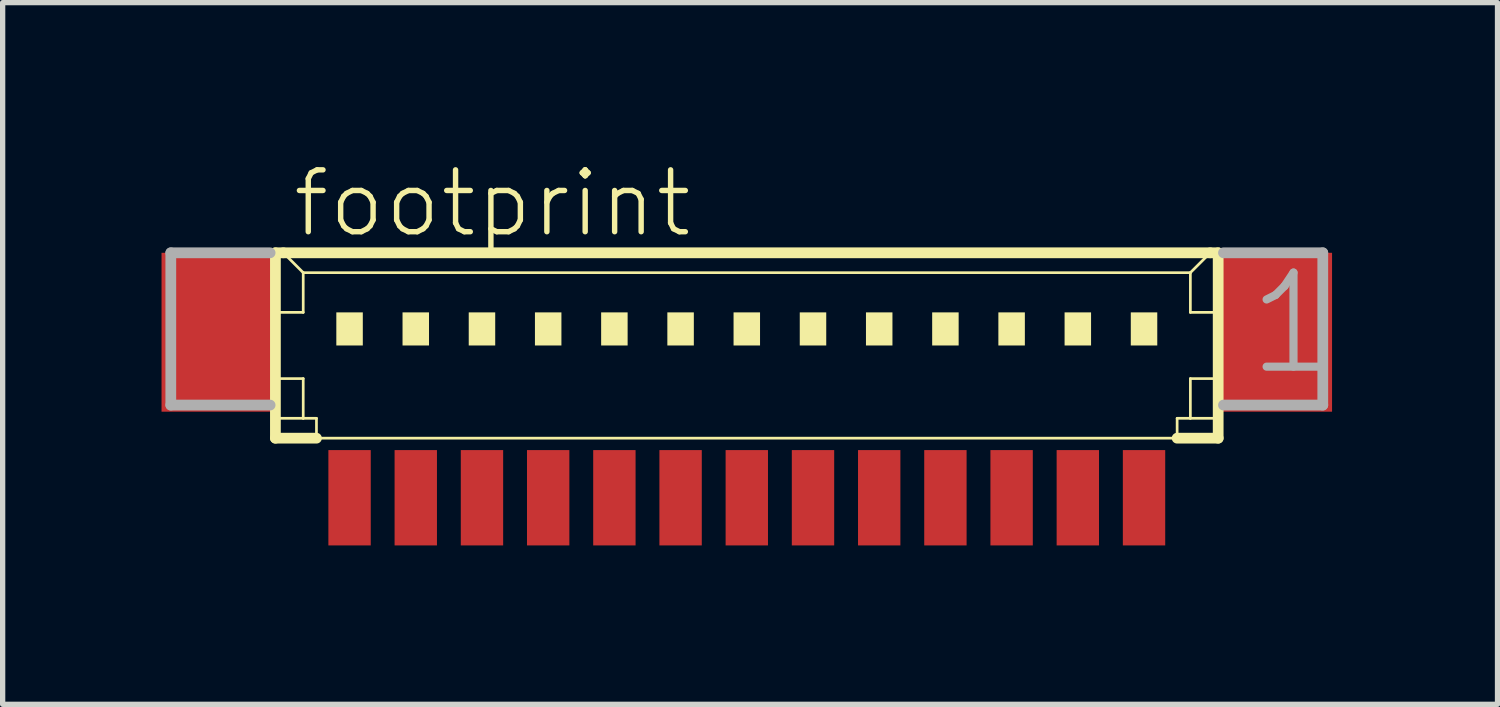
<source format=kicad_pcb>
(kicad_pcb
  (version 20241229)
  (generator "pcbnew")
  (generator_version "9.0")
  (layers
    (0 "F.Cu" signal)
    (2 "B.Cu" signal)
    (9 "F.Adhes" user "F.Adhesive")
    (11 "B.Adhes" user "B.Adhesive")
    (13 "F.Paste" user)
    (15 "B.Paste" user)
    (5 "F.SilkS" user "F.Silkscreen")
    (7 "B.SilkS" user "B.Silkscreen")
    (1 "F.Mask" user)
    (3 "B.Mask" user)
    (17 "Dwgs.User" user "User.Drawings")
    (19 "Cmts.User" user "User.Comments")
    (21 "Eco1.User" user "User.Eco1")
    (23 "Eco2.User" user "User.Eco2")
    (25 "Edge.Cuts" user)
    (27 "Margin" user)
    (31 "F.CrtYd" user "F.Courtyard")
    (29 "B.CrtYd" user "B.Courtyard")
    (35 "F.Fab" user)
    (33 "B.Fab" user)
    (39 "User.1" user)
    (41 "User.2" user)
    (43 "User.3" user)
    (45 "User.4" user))
  (footprint "footprint"
    (layer "F.Cu")
    (at 11.05 3.848)
    (property "Reference" "footprint" (at -8.625 -2.375 0) (layer "F.SilkS") (effects (font (size 1.168 1.168) (thickness 0.102)) (justify left bottom)))
    (fp_line (start -8.9 -2.125) (end -8.9 1.375) (stroke (width 0.203) (type solid)) (layer "F.SilkS"))
    (fp_line (start -8.9 1.375) (end -8.125 1.375) (stroke (width 0.203) (type solid)) (layer "F.SilkS"))
    (fp_line (start -8.875 -1) (end -8.375 -1) (stroke (width 0.051) (type solid)) (layer "F.SilkS"))
    (fp_line (start -8.875 0.25) (end -8.375 0.25) (stroke (width 0.051) (type solid)) (layer "F.SilkS"))
    (fp_line (start -8.875 1) (end -8.375 1) (stroke (width 0.051) (type solid)) (layer "F.SilkS"))
    (fp_line (start -8.75 -2.125) (end -8.9 -2.125) (stroke (width 0.203) (type solid)) (layer "F.SilkS"))
    (fp_line (start -8.375 -1.75) (end -8.75 -2.125) (stroke (width 0.051) (type solid)) (layer "F.SilkS"))
    (fp_line (start -8.375 -1.75) (end 8.375 -1.75) (stroke (width 0.051) (type solid)) (layer "F.SilkS"))
    (fp_line (start -8.375 -1) (end -8.375 -1.75) (stroke (width 0.051) (type solid)) (layer "F.SilkS"))
    (fp_line (start -8.375 0.25) (end -8.375 1) (stroke (width 0.051) (type solid)) (layer "F.SilkS"))
    (fp_line (start -8.375 1) (end -8.125 1) (stroke (width 0.051) (type solid)) (layer "F.SilkS"))
    (fp_line (start -8.125 1) (end -8.125 1.375) (stroke (width 0.051) (type solid)) (layer "F.SilkS"))
    (fp_line (start -8.125 1.375) (end 8.125 1.375) (stroke (width 0.051) (type solid)) (layer "F.SilkS"))
    (fp_line (start 8.125 1) (end 8.125 1.375) (stroke (width 0.051) (type solid)) (layer "F.SilkS"))
    (fp_line (start 8.125 1) (end 8.375 1) (stroke (width 0.051) (type solid)) (layer "F.SilkS"))
    (fp_line (start 8.125 1.375) (end 8.9 1.375) (stroke (width 0.203) (type solid)) (layer "F.SilkS"))
    (fp_line (start 8.375 -1.75) (end 8.375 -1) (stroke (width 0.051) (type solid)) (layer "F.SilkS"))
    (fp_line (start 8.375 -1.75) (end 8.75 -2.125) (stroke (width 0.051) (type solid)) (layer "F.SilkS"))
    (fp_line (start 8.375 -1) (end 8.875 -1) (stroke (width 0.051) (type solid)) (layer "F.SilkS"))
    (fp_line (start 8.375 0.25) (end 8.375 1) (stroke (width 0.051) (type solid)) (layer "F.SilkS"))
    (fp_line (start 8.375 0.25) (end 8.875 0.25) (stroke (width 0.051) (type solid)) (layer "F.SilkS"))
    (fp_line (start 8.375 1) (end 8.875 1) (stroke (width 0.051) (type solid)) (layer "F.SilkS"))
    (fp_line (start 8.75 -2.125) (end -8.75 -2.125) (stroke (width 0.203) (type solid)) (layer "F.SilkS"))
    (fp_line (start 8.9 -2.125) (end 8.75 -2.125) (stroke (width 0.203) (type solid)) (layer "F.SilkS"))
    (fp_line (start 8.9 1.375) (end 8.9 -2.125) (stroke (width 0.203) (type solid)) (layer "F.SilkS"))
    (fp_poly (pts (xy -7.75 -0.375) (xy -7.25 -0.375) (xy -7.25 -1) (xy -7.75 -1)) (stroke (width 0) (type solid)) (fill yes) (layer "F.SilkS"))
    (fp_poly (pts (xy -6.5 -0.375) (xy -6 -0.375) (xy -6 -1) (xy -6.5 -1)) (stroke (width 0) (type solid)) (fill yes) (layer "F.SilkS"))
    (fp_poly (pts (xy -5.25 -0.375) (xy -4.75 -0.375) (xy -4.75 -1) (xy -5.25 -1)) (stroke (width 0) (type solid)) (fill yes) (layer "F.SilkS"))
    (fp_poly (pts (xy -4 -0.375) (xy -3.5 -0.375) (xy -3.5 -1) (xy -4 -1)) (stroke (width 0) (type solid)) (fill yes) (layer "F.SilkS"))
    (fp_poly (pts (xy -2.75 -0.375) (xy -2.25 -0.375) (xy -2.25 -1) (xy -2.75 -1)) (stroke (width 0) (type solid)) (fill yes) (layer "F.SilkS"))
    (fp_poly (pts (xy -1.5 -0.375) (xy -1 -0.375) (xy -1 -1) (xy -1.5 -1)) (stroke (width 0) (type solid)) (fill yes) (layer "F.SilkS"))
    (fp_poly (pts (xy -0.25 -0.375) (xy 0.25 -0.375) (xy 0.25 -1) (xy -0.25 -1)) (stroke (width 0) (type solid)) (fill yes) (layer "F.SilkS"))
    (fp_poly (pts (xy 1 -0.375) (xy 1.5 -0.375) (xy 1.5 -1) (xy 1 -1)) (stroke (width 0) (type solid)) (fill yes) (layer "F.SilkS"))
    (fp_poly (pts (xy 2.25 -0.375) (xy 2.75 -0.375) (xy 2.75 -1) (xy 2.25 -1)) (stroke (width 0) (type solid)) (fill yes) (layer "F.SilkS"))
    (fp_poly (pts (xy 3.5 -0.375) (xy 4 -0.375) (xy 4 -1) (xy 3.5 -1)) (stroke (width 0) (type solid)) (fill yes) (layer "F.SilkS"))
    (fp_poly (pts (xy 4.75 -0.375) (xy 5.25 -0.375) (xy 5.25 -1) (xy 4.75 -1)) (stroke (width 0) (type solid)) (fill yes) (layer "F.SilkS"))
    (fp_poly (pts (xy 6 -0.375) (xy 6.5 -0.375) (xy 6.5 -1) (xy 6 -1)) (stroke (width 0) (type solid)) (fill yes) (layer "F.SilkS"))
    (fp_poly (pts (xy 7.25 -0.375) (xy 7.75 -0.375) (xy 7.75 -1) (xy 7.25 -1)) (stroke (width 0) (type solid)) (fill yes) (layer "F.SilkS"))
    (fp_line (start -10.875 -2.125) (end -10.875 0.75) (stroke (width 0.203) (type solid)) (layer "F.Fab"))
    (fp_line (start -10.875 0.75) (end -9 0.75) (stroke (width 0.203) (type solid)) (layer "F.Fab"))
    (fp_line (start -9 -2.125) (end -10.875 -2.125) (stroke (width 0.203) (type solid)) (layer "F.Fab"))
    (fp_line (start 9 0.75) (end 10.875 0.75) (stroke (width 0.203) (type solid)) (layer "F.Fab"))
    (fp_line (start 10.875 -2.125) (end 9 -2.125) (stroke (width 0.203) (type solid)) (layer "F.Fab"))
    (fp_line (start 10.875 0.75) (end 10.875 -2.125) (stroke (width 0.203) (type solid)) (layer "F.Fab"))
    (fp_text user "1" (at 9.375 0.25 0) (layer "F.Fab") (effects (font (size 1.776 1.776) (thickness 0.154)) (justify left bottom)))
    (pad "1" smd rect (at 7.5 2.5) (size 0.8 1.8) (layers "F.Cu" "F.Mask" "F.Paste"))
    (pad "2" smd rect (at 6.25 2.5) (size 0.8 1.8) (layers "F.Cu" "F.Mask" "F.Paste"))
    (pad "3" smd rect (at 5 2.5) (size 0.8 1.8) (layers "F.Cu" "F.Mask" "F.Paste"))
    (pad "4" smd rect (at 3.75 2.5) (size 0.8 1.8) (layers "F.Cu" "F.Mask" "F.Paste"))
    (pad "5" smd rect (at 2.5 2.5) (size 0.8 1.8) (layers "F.Cu" "F.Mask" "F.Paste"))
    (pad "6" smd rect (at 1.25 2.5) (size 0.8 1.8) (layers "F.Cu" "F.Mask" "F.Paste"))
    (pad "7" smd rect (at 0 2.5) (size 0.8 1.8) (layers "F.Cu" "F.Mask" "F.Paste"))
    (pad "8" smd rect (at -1.25 2.5) (size 0.8 1.8) (layers "F.Cu" "F.Mask" "F.Paste"))
    (pad "9" smd rect (at -2.5 2.5) (size 0.8 1.8) (layers "F.Cu" "F.Mask" "F.Paste"))
    (pad "10" smd rect (at -3.75 2.5) (size 0.8 1.8) (layers "F.Cu" "F.Mask" "F.Paste"))
    (pad "11" smd rect (at -5 2.5) (size 0.8 1.8) (layers "F.Cu" "F.Mask" "F.Paste"))
    (pad "12" smd rect (at -6.25 2.5) (size 0.8 1.8) (layers "F.Cu" "F.Mask" "F.Paste"))
    (pad "13" smd rect (at -7.5 2.5) (size 0.8 1.8) (layers "F.Cu" "F.Mask" "F.Paste"))
    (pad "S1" smd rect (at 10 -0.625) (size 2.1 3) (layers "F.Cu" "F.Mask" "F.Paste"))
    (pad "S2" smd rect (at -10 -0.625) (size 2.1 3) (layers "F.Cu" "F.Mask" "F.Paste")))
  (gr_rect
    (start -3 -3)
    (end 25.224 10.248)
    (stroke (width 0.1) (type default))
    (fill no)
    (layer "Edge.Cuts")))
</source>
